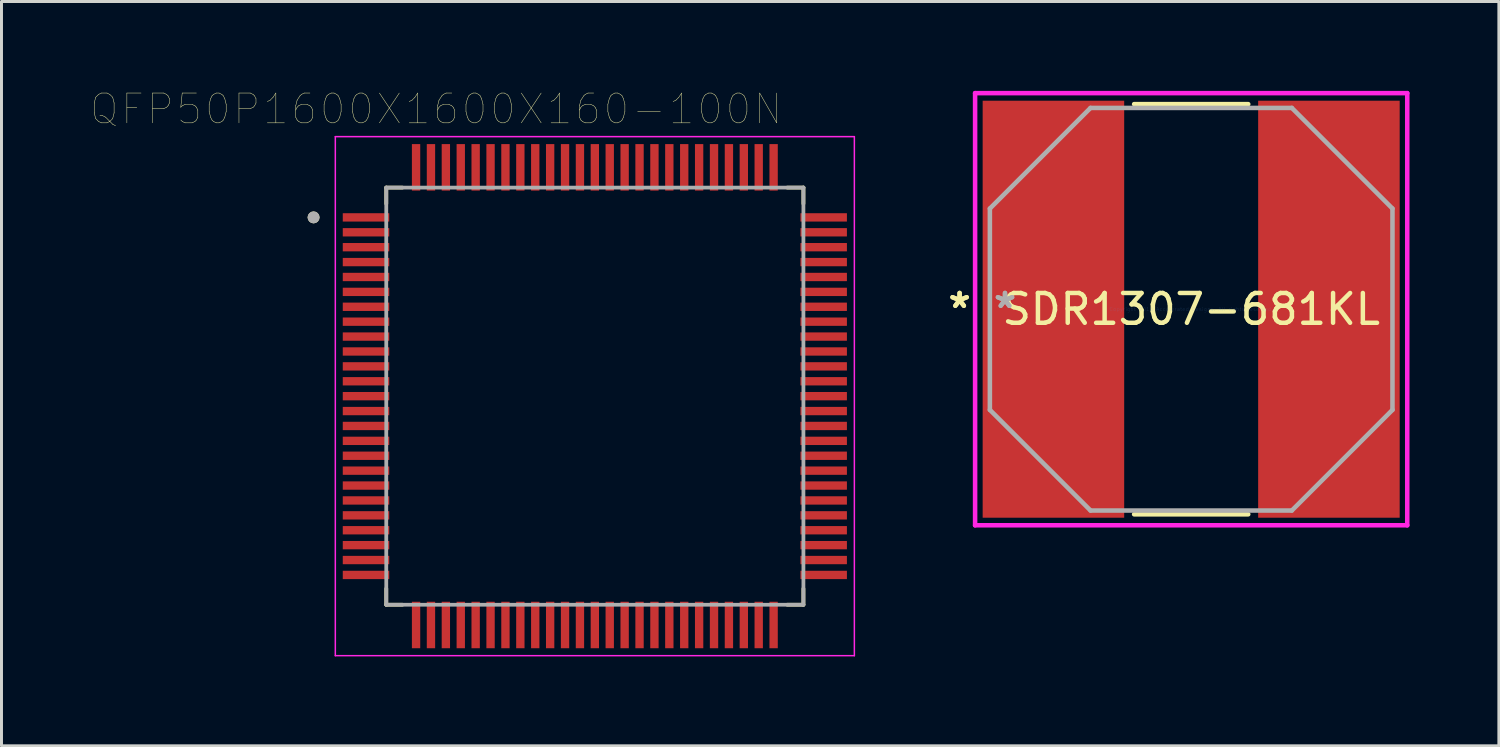
<source format=kicad_pcb>
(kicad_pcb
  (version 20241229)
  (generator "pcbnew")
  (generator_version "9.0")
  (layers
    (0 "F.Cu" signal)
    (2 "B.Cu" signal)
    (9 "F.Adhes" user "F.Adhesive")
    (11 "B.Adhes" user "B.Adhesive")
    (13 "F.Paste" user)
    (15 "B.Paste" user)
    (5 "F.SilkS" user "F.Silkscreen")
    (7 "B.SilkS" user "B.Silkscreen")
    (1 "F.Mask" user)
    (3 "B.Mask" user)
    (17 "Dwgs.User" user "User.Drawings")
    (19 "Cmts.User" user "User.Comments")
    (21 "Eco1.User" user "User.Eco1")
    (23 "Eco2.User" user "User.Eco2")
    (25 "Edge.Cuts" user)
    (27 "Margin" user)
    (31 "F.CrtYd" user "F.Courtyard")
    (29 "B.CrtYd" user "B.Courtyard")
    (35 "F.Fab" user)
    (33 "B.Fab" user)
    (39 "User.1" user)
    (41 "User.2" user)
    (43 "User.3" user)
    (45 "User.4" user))
  (footprint "QFP50P1600X1600X160-100N"
    (layer "F.Cu")
    (at 16.914 10.246)
    (property "Reference" "QFP50P1600X1600X160-100N" (at -5.325 -9.635 0) (layer "F.SilkS") (effects (font (size 1 1) (thickness 0.015))))
    (attr through_hole)
    (fp_line (start -7 -7) (end -7 -6.46) (stroke (width 0.127) (type solid)) (layer "F.SilkS"))
    (fp_line (start -7 -7) (end -6.46 -7) (stroke (width 0.127) (type solid)) (layer "F.SilkS"))
    (fp_line (start -7 7) (end -7 6.46) (stroke (width 0.127) (type solid)) (layer "F.SilkS"))
    (fp_line (start -7 7) (end -6.46 7) (stroke (width 0.127) (type solid)) (layer "F.SilkS"))
    (fp_line (start 7 -7) (end 6.46 -7) (stroke (width 0.127) (type solid)) (layer "F.SilkS"))
    (fp_line (start 7 -7) (end 7 -6.46) (stroke (width 0.127) (type solid)) (layer "F.SilkS"))
    (fp_line (start 7 7) (end 6.46 7) (stroke (width 0.127) (type solid)) (layer "F.SilkS"))
    (fp_line (start 7 7) (end 7 6.46) (stroke (width 0.127) (type solid)) (layer "F.SilkS"))
    (fp_circle (center -9.44 -6) (end -9.34 -6) (stroke (width 0.2) (type solid)) (fill no) (layer "F.SilkS"))
    (fp_line (start -8.71 -8.71) (end 8.71 -8.71) (stroke (width 0.05) (type solid)) (layer "F.CrtYd"))
    (fp_line (start -8.71 8.71) (end -8.71 -8.71) (stroke (width 0.05) (type solid)) (layer "F.CrtYd"))
    (fp_line (start -8.71 8.71) (end 8.71 8.71) (stroke (width 0.05) (type solid)) (layer "F.CrtYd"))
    (fp_line (start 8.71 8.71) (end 8.71 -8.71) (stroke (width 0.05) (type solid)) (layer "F.CrtYd"))
    (fp_line (start -7 7) (end -7 -7) (stroke (width 0.127) (type solid)) (layer "F.Fab"))
    (fp_line (start 7 -7) (end -7 -7) (stroke (width 0.127) (type solid)) (layer "F.Fab"))
    (fp_line (start 7 7) (end -7 7) (stroke (width 0.127) (type solid)) (layer "F.Fab"))
    (fp_line (start 7 7) (end 7 -7) (stroke (width 0.127) (type solid)) (layer "F.Fab"))
    (fp_circle (center -9.44 -6) (end -9.34 -6) (stroke (width 0.2) (type solid)) (fill no) (layer "F.Fab"))
    (pad "1" smd rect (at -7.68 -6) (size 1.56 0.28) (layers "F.Cu" "F.Mask" "F.Paste"))
    (pad "2" smd rect (at -7.68 -5.5) (size 1.56 0.28) (layers "F.Cu" "F.Mask" "F.Paste"))
    (pad "3" smd rect (at -7.68 -5) (size 1.56 0.28) (layers "F.Cu" "F.Mask" "F.Paste"))
    (pad "4" smd rect (at -7.68 -4.5) (size 1.56 0.28) (layers "F.Cu" "F.Mask" "F.Paste"))
    (pad "5" smd rect (at -7.68 -4) (size 1.56 0.28) (layers "F.Cu" "F.Mask" "F.Paste"))
    (pad "6" smd rect (at -7.68 -3.5) (size 1.56 0.28) (layers "F.Cu" "F.Mask" "F.Paste"))
    (pad "7" smd rect (at -7.68 -3) (size 1.56 0.28) (layers "F.Cu" "F.Mask" "F.Paste"))
    (pad "8" smd rect (at -7.68 -2.5) (size 1.56 0.28) (layers "F.Cu" "F.Mask" "F.Paste"))
    (pad "9" smd rect (at -7.68 -2) (size 1.56 0.28) (layers "F.Cu" "F.Mask" "F.Paste"))
    (pad "10" smd rect (at -7.68 -1.5) (size 1.56 0.28) (layers "F.Cu" "F.Mask" "F.Paste"))
    (pad "11" smd rect (at -7.68 -1) (size 1.56 0.28) (layers "F.Cu" "F.Mask" "F.Paste"))
    (pad "12" smd rect (at -7.68 -0.5) (size 1.56 0.28) (layers "F.Cu" "F.Mask" "F.Paste"))
    (pad "13" smd rect (at -7.68 0) (size 1.56 0.28) (layers "F.Cu" "F.Mask" "F.Paste"))
    (pad "14" smd rect (at -7.68 0.5) (size 1.56 0.28) (layers "F.Cu" "F.Mask" "F.Paste"))
    (pad "15" smd rect (at -7.68 1) (size 1.56 0.28) (layers "F.Cu" "F.Mask" "F.Paste"))
    (pad "16" smd rect (at -7.68 1.5) (size 1.56 0.28) (layers "F.Cu" "F.Mask" "F.Paste"))
    (pad "17" smd rect (at -7.68 2) (size 1.56 0.28) (layers "F.Cu" "F.Mask" "F.Paste"))
    (pad "18" smd rect (at -7.68 2.5) (size 1.56 0.28) (layers "F.Cu" "F.Mask" "F.Paste"))
    (pad "19" smd rect (at -7.68 3) (size 1.56 0.28) (layers "F.Cu" "F.Mask" "F.Paste"))
    (pad "20" smd rect (at -7.68 3.5) (size 1.56 0.28) (layers "F.Cu" "F.Mask" "F.Paste"))
    (pad "21" smd rect (at -7.68 4) (size 1.56 0.28) (layers "F.Cu" "F.Mask" "F.Paste"))
    (pad "22" smd rect (at -7.68 4.5) (size 1.56 0.28) (layers "F.Cu" "F.Mask" "F.Paste"))
    (pad "23" smd rect (at -7.68 5) (size 1.56 0.28) (layers "F.Cu" "F.Mask" "F.Paste"))
    (pad "24" smd rect (at -7.68 5.5) (size 1.56 0.28) (layers "F.Cu" "F.Mask" "F.Paste"))
    (pad "25" smd rect (at -7.68 6) (size 1.56 0.28) (layers "F.Cu" "F.Mask" "F.Paste"))
    (pad "26" smd rect (at -6 7.68) (size 0.28 1.56) (layers "F.Cu" "F.Mask" "F.Paste"))
    (pad "27" smd rect (at -5.5 7.68) (size 0.28 1.56) (layers "F.Cu" "F.Mask" "F.Paste"))
    (pad "28" smd rect (at -5 7.68) (size 0.28 1.56) (layers "F.Cu" "F.Mask" "F.Paste"))
    (pad "29" smd rect (at -4.5 7.68) (size 0.28 1.56) (layers "F.Cu" "F.Mask" "F.Paste"))
    (pad "30" smd rect (at -4 7.68) (size 0.28 1.56) (layers "F.Cu" "F.Mask" "F.Paste"))
    (pad "31" smd rect (at -3.5 7.68) (size 0.28 1.56) (layers "F.Cu" "F.Mask" "F.Paste"))
    (pad "32" smd rect (at -3 7.68) (size 0.28 1.56) (layers "F.Cu" "F.Mask" "F.Paste"))
    (pad "33" smd rect (at -2.5 7.68) (size 0.28 1.56) (layers "F.Cu" "F.Mask" "F.Paste"))
    (pad "34" smd rect (at -2 7.68) (size 0.28 1.56) (layers "F.Cu" "F.Mask" "F.Paste"))
    (pad "35" smd rect (at -1.5 7.68) (size 0.28 1.56) (layers "F.Cu" "F.Mask" "F.Paste"))
    (pad "36" smd rect (at -1 7.68) (size 0.28 1.56) (layers "F.Cu" "F.Mask" "F.Paste"))
    (pad "37" smd rect (at -0.5 7.68) (size 0.28 1.56) (layers "F.Cu" "F.Mask" "F.Paste"))
    (pad "38" smd rect (at 0 7.68) (size 0.28 1.56) (layers "F.Cu" "F.Mask" "F.Paste"))
    (pad "39" smd rect (at 0.5 7.68) (size 0.28 1.56) (layers "F.Cu" "F.Mask" "F.Paste"))
    (pad "40" smd rect (at 1 7.68) (size 0.28 1.56) (layers "F.Cu" "F.Mask" "F.Paste"))
    (pad "41" smd rect (at 1.5 7.68) (size 0.28 1.56) (layers "F.Cu" "F.Mask" "F.Paste"))
    (pad "42" smd rect (at 2 7.68) (size 0.28 1.56) (layers "F.Cu" "F.Mask" "F.Paste"))
    (pad "43" smd rect (at 2.5 7.68) (size 0.28 1.56) (layers "F.Cu" "F.Mask" "F.Paste"))
    (pad "44" smd rect (at 3 7.68) (size 0.28 1.56) (layers "F.Cu" "F.Mask" "F.Paste"))
    (pad "45" smd rect (at 3.5 7.68) (size 0.28 1.56) (layers "F.Cu" "F.Mask" "F.Paste"))
    (pad "46" smd rect (at 4 7.68) (size 0.28 1.56) (layers "F.Cu" "F.Mask" "F.Paste"))
    (pad "47" smd rect (at 4.5 7.68) (size 0.28 1.56) (layers "F.Cu" "F.Mask" "F.Paste"))
    (pad "48" smd rect (at 5 7.68) (size 0.28 1.56) (layers "F.Cu" "F.Mask" "F.Paste"))
    (pad "49" smd rect (at 5.5 7.68) (size 0.28 1.56) (layers "F.Cu" "F.Mask" "F.Paste"))
    (pad "50" smd rect (at 6 7.68) (size 0.28 1.56) (layers "F.Cu" "F.Mask" "F.Paste"))
    (pad "51" smd rect (at 7.68 6) (size 1.56 0.28) (layers "F.Cu" "F.Mask" "F.Paste"))
    (pad "52" smd rect (at 7.68 5.5) (size 1.56 0.28) (layers "F.Cu" "F.Mask" "F.Paste"))
    (pad "53" smd rect (at 7.68 5) (size 1.56 0.28) (layers "F.Cu" "F.Mask" "F.Paste"))
    (pad "54" smd rect (at 7.68 4.5) (size 1.56 0.28) (layers "F.Cu" "F.Mask" "F.Paste"))
    (pad "55" smd rect (at 7.68 4) (size 1.56 0.28) (layers "F.Cu" "F.Mask" "F.Paste"))
    (pad "56" smd rect (at 7.68 3.5) (size 1.56 0.28) (layers "F.Cu" "F.Mask" "F.Paste"))
    (pad "57" smd rect (at 7.68 3) (size 1.56 0.28) (layers "F.Cu" "F.Mask" "F.Paste"))
    (pad "58" smd rect (at 7.68 2.5) (size 1.56 0.28) (layers "F.Cu" "F.Mask" "F.Paste"))
    (pad "59" smd rect (at 7.68 2) (size 1.56 0.28) (layers "F.Cu" "F.Mask" "F.Paste"))
    (pad "60" smd rect (at 7.68 1.5) (size 1.56 0.28) (layers "F.Cu" "F.Mask" "F.Paste"))
    (pad "61" smd rect (at 7.68 1) (size 1.56 0.28) (layers "F.Cu" "F.Mask" "F.Paste"))
    (pad "62" smd rect (at 7.68 0.5) (size 1.56 0.28) (layers "F.Cu" "F.Mask" "F.Paste"))
    (pad "63" smd rect (at 7.68 0) (size 1.56 0.28) (layers "F.Cu" "F.Mask" "F.Paste"))
    (pad "64" smd rect (at 7.68 -0.5) (size 1.56 0.28) (layers "F.Cu" "F.Mask" "F.Paste"))
    (pad "65" smd rect (at 7.68 -1) (size 1.56 0.28) (layers "F.Cu" "F.Mask" "F.Paste"))
    (pad "66" smd rect (at 7.68 -1.5) (size 1.56 0.28) (layers "F.Cu" "F.Mask" "F.Paste"))
    (pad "67" smd rect (at 7.68 -2) (size 1.56 0.28) (layers "F.Cu" "F.Mask" "F.Paste"))
    (pad "68" smd rect (at 7.68 -2.5) (size 1.56 0.28) (layers "F.Cu" "F.Mask" "F.Paste"))
    (pad "69" smd rect (at 7.68 -3) (size 1.56 0.28) (layers "F.Cu" "F.Mask" "F.Paste"))
    (pad "70" smd rect (at 7.68 -3.5) (size 1.56 0.28) (layers "F.Cu" "F.Mask" "F.Paste"))
    (pad "71" smd rect (at 7.68 -4) (size 1.56 0.28) (layers "F.Cu" "F.Mask" "F.Paste"))
    (pad "72" smd rect (at 7.68 -4.5) (size 1.56 0.28) (layers "F.Cu" "F.Mask" "F.Paste"))
    (pad "73" smd rect (at 7.68 -5) (size 1.56 0.28) (layers "F.Cu" "F.Mask" "F.Paste"))
    (pad "74" smd rect (at 7.68 -5.5) (size 1.56 0.28) (layers "F.Cu" "F.Mask" "F.Paste"))
    (pad "75" smd rect (at 7.68 -6) (size 1.56 0.28) (layers "F.Cu" "F.Mask" "F.Paste"))
    (pad "76" smd rect (at 6 -7.68) (size 0.28 1.56) (layers "F.Cu" "F.Mask" "F.Paste"))
    (pad "77" smd rect (at 5.5 -7.68) (size 0.28 1.56) (layers "F.Cu" "F.Mask" "F.Paste"))
    (pad "78" smd rect (at 5 -7.68) (size 0.28 1.56) (layers "F.Cu" "F.Mask" "F.Paste"))
    (pad "79" smd rect (at 4.5 -7.68) (size 0.28 1.56) (layers "F.Cu" "F.Mask" "F.Paste"))
    (pad "80" smd rect (at 4 -7.68) (size 0.28 1.56) (layers "F.Cu" "F.Mask" "F.Paste"))
    (pad "81" smd rect (at 3.5 -7.68) (size 0.28 1.56) (layers "F.Cu" "F.Mask" "F.Paste"))
    (pad "82" smd rect (at 3 -7.68) (size 0.28 1.56) (layers "F.Cu" "F.Mask" "F.Paste"))
    (pad "83" smd rect (at 2.5 -7.68) (size 0.28 1.56) (layers "F.Cu" "F.Mask" "F.Paste"))
    (pad "84" smd rect (at 2 -7.68) (size 0.28 1.56) (layers "F.Cu" "F.Mask" "F.Paste"))
    (pad "85" smd rect (at 1.5 -7.68) (size 0.28 1.56) (layers "F.Cu" "F.Mask" "F.Paste"))
    (pad "86" smd rect (at 1 -7.68) (size 0.28 1.56) (layers "F.Cu" "F.Mask" "F.Paste"))
    (pad "87" smd rect (at 0.5 -7.68) (size 0.28 1.56) (layers "F.Cu" "F.Mask" "F.Paste"))
    (pad "88" smd rect (at 0 -7.68) (size 0.28 1.56) (layers "F.Cu" "F.Mask" "F.Paste"))
    (pad "89" smd rect (at -0.5 -7.68) (size 0.28 1.56) (layers "F.Cu" "F.Mask" "F.Paste"))
    (pad "90" smd rect (at -1 -7.68) (size 0.28 1.56) (layers "F.Cu" "F.Mask" "F.Paste"))
    (pad "91" smd rect (at -1.5 -7.68) (size 0.28 1.56) (layers "F.Cu" "F.Mask" "F.Paste"))
    (pad "92" smd rect (at -2 -7.68) (size 0.28 1.56) (layers "F.Cu" "F.Mask" "F.Paste"))
    (pad "93" smd rect (at -2.5 -7.68) (size 0.28 1.56) (layers "F.Cu" "F.Mask" "F.Paste"))
    (pad "94" smd rect (at -3 -7.68) (size 0.28 1.56) (layers "F.Cu" "F.Mask" "F.Paste"))
    (pad "95" smd rect (at -3.5 -7.68) (size 0.28 1.56) (layers "F.Cu" "F.Mask" "F.Paste"))
    (pad "96" smd rect (at -4 -7.68) (size 0.28 1.56) (layers "F.Cu" "F.Mask" "F.Paste"))
    (pad "97" smd rect (at -4.5 -7.68) (size 0.28 1.56) (layers "F.Cu" "F.Mask" "F.Paste"))
    (pad "98" smd rect (at -5 -7.68) (size 0.28 1.56) (layers "F.Cu" "F.Mask" "F.Paste"))
    (pad "99" smd rect (at -5.5 -7.68) (size 0.28 1.56) (layers "F.Cu" "F.Mask" "F.Paste"))
    (pad "100" smd rect (at -6 -7.68) (size 0.28 1.56) (layers "F.Cu" "F.Mask" "F.Paste")))
  (footprint "SDR1307-681KL"
    (layer "F.Cu")
    (at 36.928 7.328)
    (property "Reference" "SDR1307-681KL" (at 0 0 0) (layer "F.SilkS") (effects (font (size 1 1) (thickness 0.15))))
    (attr through_hole)
    (fp_line (start -1.915 6.883) (end 1.915 6.883) (stroke (width 0.152) (type solid)) (layer "F.SilkS"))
    (fp_line (start 1.915 -6.883) (end -1.915 -6.883) (stroke (width 0.152) (type solid)) (layer "F.SilkS"))
    (fp_line (start -7.252 -7.252) (end 7.252 -7.252) (stroke (width 0.152) (type solid)) (layer "F.CrtYd"))
    (fp_line (start -7.252 7.252) (end -7.252 -7.252) (stroke (width 0.152) (type solid)) (layer "F.CrtYd"))
    (fp_line (start 7.252 -7.252) (end 7.252 7.252) (stroke (width 0.152) (type solid)) (layer "F.CrtYd"))
    (fp_line (start 7.252 7.252) (end -7.252 7.252) (stroke (width 0.152) (type solid)) (layer "F.CrtYd"))
    (fp_line (start -6.756 -3.378) (end -6.756 3.378) (stroke (width 0.152) (type solid)) (layer "F.Fab"))
    (fp_line (start -6.756 3.378) (end -3.378 6.756) (stroke (width 0.152) (type solid)) (layer "F.Fab"))
    (fp_line (start -3.378 -6.756) (end -6.756 -3.378) (stroke (width 0.152) (type solid)) (layer "F.Fab"))
    (fp_line (start -3.378 6.756) (end 3.378 6.756) (stroke (width 0.152) (type solid)) (layer "F.Fab"))
    (fp_line (start 3.378 -6.756) (end -3.378 -6.756) (stroke (width 0.152) (type solid)) (layer "F.Fab"))
    (fp_line (start 3.378 6.756) (end 6.756 3.378) (stroke (width 0.152) (type solid)) (layer "F.Fab"))
    (fp_line (start 6.756 -3.378) (end 3.378 -6.756) (stroke (width 0.152) (type solid)) (layer "F.Fab"))
    (fp_line (start 6.756 3.378) (end 6.756 -3.378) (stroke (width 0.152) (type solid)) (layer "F.Fab"))
    (fp_text user "*" (at -7.772 0 0) (layer "F.SilkS") (effects (font (size 1 1) (thickness 0.15))))
    (fp_text user "*" (at -7.772 0 0) (layer "F.SilkS") (effects (font (size 1 1) (thickness 0.15))))
    (fp_text user "Copyright 2016 Accelerated Designs. All rights reserved." (at 0 0 0) (layer "Cmts.User") (effects (font (size 0.127 0.127) (thickness 0.002))))
    (fp_text user "*" (at -6.248 0 0) (layer "F.Fab") (effects (font (size 1 1) (thickness 0.15))))
    (fp_text user "*" (at -6.248 0 0) (layer "F.Fab") (effects (font (size 1 1) (thickness 0.15))))
    (pad "1" smd rect (at -4.623 0) (size 4.75 13.995) (layers "F.Cu" "F.Mask" "F.Paste"))
    (pad "2" smd rect (at 4.623 0) (size 4.75 13.995) (layers "F.Cu" "F.Mask" "F.Paste")))
  (gr_rect
    (start -3 -3)
    (end 47.255 21.981)
    (stroke (width 0.1) (type default))
    (fill no)
    (layer "Edge.Cuts")))
</source>
